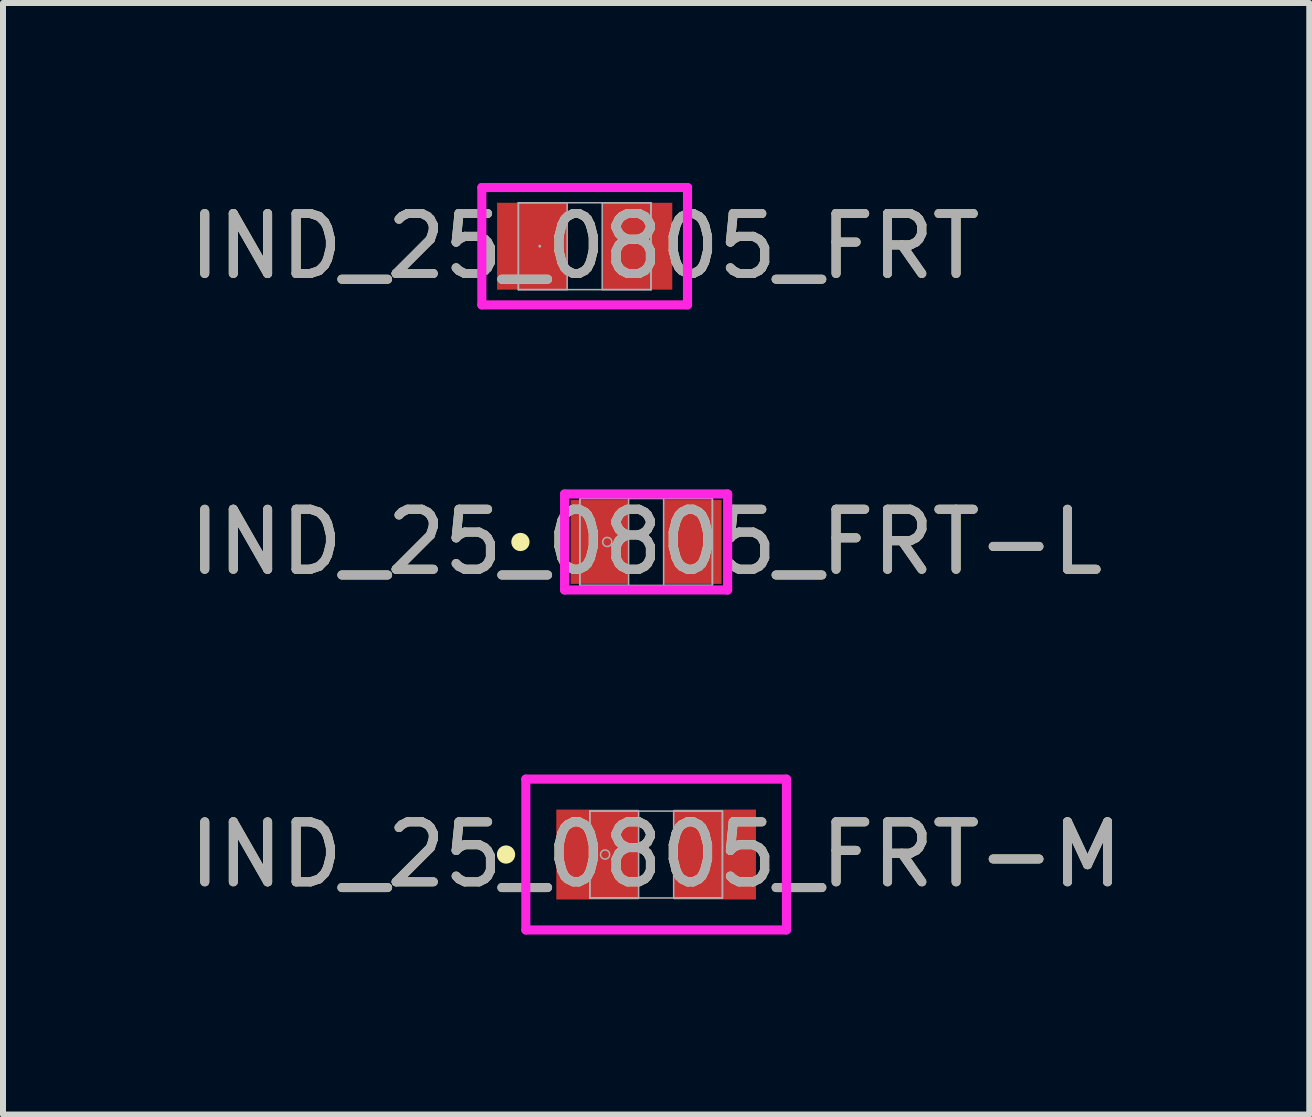
<source format=kicad_pcb>
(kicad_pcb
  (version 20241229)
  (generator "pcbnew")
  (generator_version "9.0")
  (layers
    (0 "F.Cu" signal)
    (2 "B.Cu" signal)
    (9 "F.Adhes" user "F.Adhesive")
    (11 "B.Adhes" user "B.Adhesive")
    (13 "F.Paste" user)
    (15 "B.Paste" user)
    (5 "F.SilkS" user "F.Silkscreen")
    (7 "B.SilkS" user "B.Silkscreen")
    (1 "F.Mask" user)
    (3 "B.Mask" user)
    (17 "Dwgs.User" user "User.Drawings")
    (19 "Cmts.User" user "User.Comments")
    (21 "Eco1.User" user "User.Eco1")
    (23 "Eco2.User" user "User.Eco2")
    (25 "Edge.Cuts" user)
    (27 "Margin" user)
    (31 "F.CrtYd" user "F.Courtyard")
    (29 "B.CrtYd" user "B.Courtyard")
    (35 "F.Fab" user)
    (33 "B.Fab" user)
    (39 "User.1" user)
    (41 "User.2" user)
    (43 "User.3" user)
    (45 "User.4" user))
  (footprint "IND_25_0805_FRT-L"
    (layer "F.Cu")
    (at 7.72 5.984)
    (property "Reference" "IND_25_0805_FRT-L" (at 0 0 0) (unlocked yes) (layer "F.SilkS") (effects (font (size 1 1) (thickness 0.15))))
    (attr smd)
    (fp_circle (center -2.095 0) (end -2.019 0) (stroke (width 0.152) (type solid)) (fill no) (layer "F.SilkS"))
    (fp_line (start -1.359 -0.8) (end 1.359 -0.8) (stroke (width 0.152) (type solid)) (layer "F.CrtYd"))
    (fp_line (start -1.359 0.8) (end -1.359 -0.8) (stroke (width 0.152) (type solid)) (layer "F.CrtYd"))
    (fp_line (start 1.359 -0.8) (end 1.359 0.8) (stroke (width 0.152) (type solid)) (layer "F.CrtYd"))
    (fp_line (start 1.359 0.8) (end -1.359 0.8) (stroke (width 0.152) (type solid)) (layer "F.CrtYd"))
    (fp_line (start -1.105 -0.724) (end -1.105 0.724) (stroke (width 0.025) (type solid)) (layer "F.Fab"))
    (fp_line (start -1.105 -0.724) (end -1.105 0.724) (stroke (width 0.025) (type solid)) (layer "F.Fab"))
    (fp_line (start -1.105 0.724) (end -0.292 0.724) (stroke (width 0.025) (type solid)) (layer "F.Fab"))
    (fp_line (start -1.105 0.724) (end 1.105 0.724) (stroke (width 0.025) (type solid)) (layer "F.Fab"))
    (fp_line (start -0.292 -0.724) (end -1.105 -0.724) (stroke (width 0.025) (type solid)) (layer "F.Fab"))
    (fp_line (start -0.292 0.724) (end -0.292 -0.724) (stroke (width 0.025) (type solid)) (layer "F.Fab"))
    (fp_line (start 0.292 -0.724) (end 0.292 0.724) (stroke (width 0.025) (type solid)) (layer "F.Fab"))
    (fp_line (start 0.292 0.724) (end 1.105 0.724) (stroke (width 0.025) (type solid)) (layer "F.Fab"))
    (fp_line (start 1.105 -0.724) (end -1.105 -0.724) (stroke (width 0.025) (type solid)) (layer "F.Fab"))
    (fp_line (start 1.105 -0.724) (end 0.292 -0.724) (stroke (width 0.025) (type solid)) (layer "F.Fab"))
    (fp_line (start 1.105 0.724) (end 1.105 -0.724) (stroke (width 0.025) (type solid)) (layer "F.Fab"))
    (fp_line (start 1.105 0.724) (end 1.105 -0.724) (stroke (width 0.025) (type solid)) (layer "F.Fab"))
    (fp_circle (center -0.648 0) (end -0.572 0) (stroke (width 0.025) (type solid)) (fill no) (layer "F.Fab"))
    (fp_text user "${REFERENCE}" (at 0 0 0) (unlocked yes) (layer "F.Fab") (effects (font (size 1 1) (thickness 0.15))))
    (pad "1" smd rect (at -0.775 0) (size 0.965 1.397) (layers "F.Cu" "F.Mask" "F.Paste"))
    (pad "2" smd rect (at 0.775 0) (size 0.965 1.397) (layers "F.Cu" "F.Mask" "F.Paste"))
    (zone (net_name "") (layer "F.Cu") (hatch full 0.508) (connect_pads) (min_thickness 0.254) (filled_areas_thickness no) (keepout (tracks not_allowed) (vias not_allowed) (pads allowed) (copperpour not_allowed) (footprints allowed)) (placement (enabled no)) (fill) (polygon (pts (xy 7.479 5.311) (xy 7.962 5.311) (xy 7.962 6.658) (xy 7.479 6.658)))))
  (footprint "IND_25_0805_FRT"
    (layer "F.Cu")
    (at 6.696 1.054)
    (property "Reference" "IND_25_0805_FRT" (at 0 0 0) (unlocked yes) (layer "F.SilkS") (effects (font (size 1 1) (thickness 0.15))))
    (attr smd)
    (fp_line (start -1.714 -0.978) (end 1.714 -0.978) (stroke (width 0.152) (type solid)) (layer "F.CrtYd"))
    (fp_line (start -1.714 0.978) (end -1.714 -0.978) (stroke (width 0.152) (type solid)) (layer "F.CrtYd"))
    (fp_line (start 1.714 -0.978) (end 1.714 0.978) (stroke (width 0.152) (type solid)) (layer "F.CrtYd"))
    (fp_line (start 1.714 0.978) (end -1.714 0.978) (stroke (width 0.152) (type solid)) (layer "F.CrtYd"))
    (fp_line (start -1.105 -0.724) (end -1.105 0.724) (stroke (width 0.025) (type solid)) (layer "F.Fab"))
    (fp_line (start -1.105 -0.724) (end -1.105 0.724) (stroke (width 0.025) (type solid)) (layer "F.Fab"))
    (fp_line (start -1.105 0.724) (end -0.292 0.724) (stroke (width 0.025) (type solid)) (layer "F.Fab"))
    (fp_line (start -1.105 0.724) (end 1.105 0.724) (stroke (width 0.025) (type solid)) (layer "F.Fab"))
    (fp_line (start -0.292 -0.724) (end -1.105 -0.724) (stroke (width 0.025) (type solid)) (layer "F.Fab"))
    (fp_line (start -0.292 0.724) (end -0.292 -0.724) (stroke (width 0.025) (type solid)) (layer "F.Fab"))
    (fp_line (start 0.292 -0.724) (end 0.292 0.724) (stroke (width 0.025) (type solid)) (layer "F.Fab"))
    (fp_line (start 0.292 0.724) (end 1.105 0.724) (stroke (width 0.025) (type solid)) (layer "F.Fab"))
    (fp_line (start 1.105 -0.724) (end -1.105 -0.724) (stroke (width 0.025) (type solid)) (layer "F.Fab"))
    (fp_line (start 1.105 -0.724) (end 0.292 -0.724) (stroke (width 0.025) (type solid)) (layer "F.Fab"))
    (fp_line (start 1.105 0.724) (end 1.105 -0.724) (stroke (width 0.025) (type solid)) (layer "F.Fab"))
    (fp_line (start 1.105 0.724) (end 1.105 -0.724) (stroke (width 0.025) (type solid)) (layer "F.Fab"))
    (fp_circle (center -0.749 0) (end -0.749 0) (stroke (width 0.025) (type solid)) (fill no) (layer "F.Fab"))
    (fp_text user "${REFERENCE}" (at 0 0 0) (unlocked yes) (layer "F.Fab") (effects (font (size 1 1) (thickness 0.15))))
    (pad "1" smd rect (at -0.876 0) (size 1.168 1.448) (layers "F.Cu" "F.Mask" "F.Paste"))
    (pad "2" smd rect (at 0.876 0) (size 1.168 1.448) (layers "F.Cu" "F.Mask" "F.Paste"))
    (zone (net_name "") (layer "F.Cu") (hatch full 0.508) (connect_pads) (min_thickness 0.254) (filled_areas_thickness no) (keepout (tracks not_allowed) (vias not_allowed) (pads allowed) (copperpour not_allowed) (footprints allowed)) (placement (enabled no)) (fill) (polygon (pts (xy 6.455 0.381) (xy 6.938 0.381) (xy 6.938 1.727) (xy 6.455 1.727)))))
  (footprint "IND_25_0805_FRT-M"
    (layer "F.Cu")
    (at 7.887 11.194)
    (property "Reference" "IND_25_0805_FRT-M" (at 0 0 0) (unlocked yes) (layer "F.SilkS") (effects (font (size 1 1) (thickness 0.15))))
    (attr smd)
    (fp_circle (center -2.502 0) (end -2.426 0) (stroke (width 0.152) (type solid)) (fill no) (layer "F.SilkS"))
    (fp_line (start -2.172 -1.257) (end 2.172 -1.257) (stroke (width 0.152) (type solid)) (layer "F.CrtYd"))
    (fp_line (start -2.172 1.257) (end -2.172 -1.257) (stroke (width 0.152) (type solid)) (layer "F.CrtYd"))
    (fp_line (start 2.172 -1.257) (end 2.172 1.257) (stroke (width 0.152) (type solid)) (layer "F.CrtYd"))
    (fp_line (start 2.172 1.257) (end -2.172 1.257) (stroke (width 0.152) (type solid)) (layer "F.CrtYd"))
    (fp_line (start -1.105 -0.724) (end -1.105 0.724) (stroke (width 0.025) (type solid)) (layer "F.Fab"))
    (fp_line (start -1.105 -0.724) (end -1.105 0.724) (stroke (width 0.025) (type solid)) (layer "F.Fab"))
    (fp_line (start -1.105 0.724) (end -0.292 0.724) (stroke (width 0.025) (type solid)) (layer "F.Fab"))
    (fp_line (start -1.105 0.724) (end 1.105 0.724) (stroke (width 0.025) (type solid)) (layer "F.Fab"))
    (fp_line (start -0.292 -0.724) (end -1.105 -0.724) (stroke (width 0.025) (type solid)) (layer "F.Fab"))
    (fp_line (start -0.292 0.724) (end -0.292 -0.724) (stroke (width 0.025) (type solid)) (layer "F.Fab"))
    (fp_line (start 0.292 -0.724) (end 0.292 0.724) (stroke (width 0.025) (type solid)) (layer "F.Fab"))
    (fp_line (start 0.292 0.724) (end 1.105 0.724) (stroke (width 0.025) (type solid)) (layer "F.Fab"))
    (fp_line (start 1.105 -0.724) (end -1.105 -0.724) (stroke (width 0.025) (type solid)) (layer "F.Fab"))
    (fp_line (start 1.105 -0.724) (end 0.292 -0.724) (stroke (width 0.025) (type solid)) (layer "F.Fab"))
    (fp_line (start 1.105 0.724) (end 1.105 -0.724) (stroke (width 0.025) (type solid)) (layer "F.Fab"))
    (fp_line (start 1.105 0.724) (end 1.105 -0.724) (stroke (width 0.025) (type solid)) (layer "F.Fab"))
    (fp_circle (center -0.851 0) (end -0.775 0) (stroke (width 0.025) (type solid)) (fill no) (layer "F.Fab"))
    (fp_text user "${REFERENCE}" (at 0 0 0) (unlocked yes) (layer "F.Fab") (effects (font (size 1 1) (thickness 0.15))))
    (pad "1" smd rect (at -0.978 0) (size 1.372 1.499) (layers "F.Cu" "F.Mask" "F.Paste"))
    (pad "2" smd rect (at 0.978 0) (size 1.372 1.499) (layers "F.Cu" "F.Mask" "F.Paste"))
    (zone (net_name "") (layer "F.Cu") (hatch full 0.508) (connect_pads) (min_thickness 0.254) (filled_areas_thickness no) (keepout (tracks not_allowed) (vias not_allowed) (pads allowed) (copperpour not_allowed) (footprints allowed)) (placement (enabled no)) (fill) (polygon (pts (xy 7.646 10.521) (xy 8.128 10.521) (xy 8.128 11.867) (xy 7.646 11.867)))))
  (gr_rect
    (start -3 -3)
    (end 18.774 15.528)
    (stroke (width 0.1) (type default))
    (fill no)
    (layer "Edge.Cuts")))
</source>
